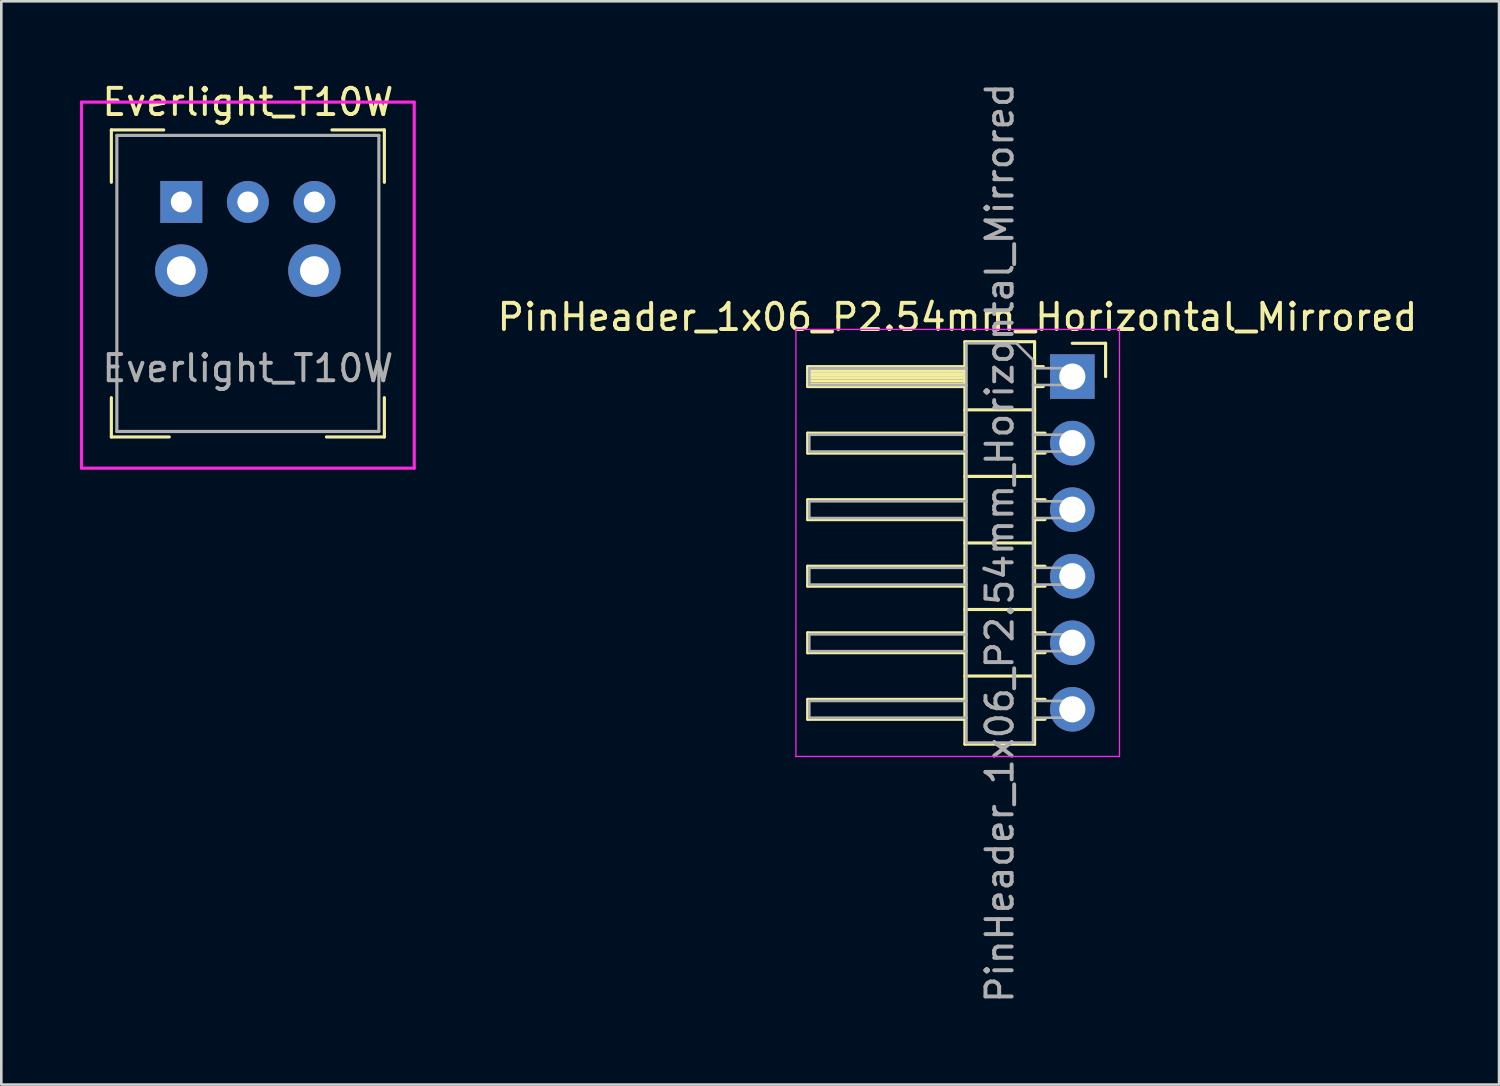
<source format=kicad_pcb>
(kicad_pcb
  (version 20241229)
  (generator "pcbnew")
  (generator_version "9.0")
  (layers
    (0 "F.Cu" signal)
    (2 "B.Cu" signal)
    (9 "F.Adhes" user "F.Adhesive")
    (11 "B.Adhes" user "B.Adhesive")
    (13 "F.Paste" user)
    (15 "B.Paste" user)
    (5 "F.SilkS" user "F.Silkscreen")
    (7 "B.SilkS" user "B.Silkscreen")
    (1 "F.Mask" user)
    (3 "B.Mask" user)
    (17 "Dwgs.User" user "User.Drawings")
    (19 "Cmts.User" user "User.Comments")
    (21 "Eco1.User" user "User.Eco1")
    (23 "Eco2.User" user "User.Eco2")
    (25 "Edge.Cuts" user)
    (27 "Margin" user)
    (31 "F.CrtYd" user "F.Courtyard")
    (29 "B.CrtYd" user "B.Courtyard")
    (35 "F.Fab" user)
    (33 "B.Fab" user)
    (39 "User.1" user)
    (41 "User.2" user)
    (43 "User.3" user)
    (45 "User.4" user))
  (footprint "Everlight_T10W"
    (layer "F.Cu")
    (at 6.41 4.658)
    (property "Reference" "Everlight_T10W" (at 0 -3.81 0) (layer "F.SilkS") (effects (font (size 1 1) (thickness 0.15))))
    (attr through_hole)
    (fp_line (start -5.21 -2.75) (end -5.21 -0.75) (stroke (width 0.12) (type solid)) (layer "F.SilkS"))
    (fp_line (start -5.21 8.97) (end -5.21 7.47) (stroke (width 0.12) (type solid)) (layer "F.SilkS"))
    (fp_line (start -5.21 8.97) (end -3 8.97) (stroke (width 0.12) (type solid)) (layer "F.SilkS"))
    (fp_line (start -3.21 -2.75) (end -5.21 -2.75) (stroke (width 0.12) (type solid)) (layer "F.SilkS"))
    (fp_line (start 3 8.97) (end 5.21 8.97) (stroke (width 0.12) (type solid)) (layer "F.SilkS"))
    (fp_line (start 3.21 -2.75) (end 5.21 -2.75) (stroke (width 0.12) (type solid)) (layer "F.SilkS"))
    (fp_line (start 5.21 -2.75) (end 5.21 -0.75) (stroke (width 0.12) (type solid)) (layer "F.SilkS"))
    (fp_line (start 5.21 8.97) (end 5.21 7.47) (stroke (width 0.12) (type solid)) (layer "F.SilkS"))
    (fp_line (start -6.35 -3.81) (end 6.35 -3.81) (stroke (width 0.12) (type solid)) (layer "F.CrtYd"))
    (fp_line (start -6.35 10.16) (end -6.35 -3.81) (stroke (width 0.12) (type solid)) (layer "F.CrtYd"))
    (fp_line (start 6.35 -3.81) (end 6.35 10.16) (stroke (width 0.12) (type solid)) (layer "F.CrtYd"))
    (fp_line (start 6.35 10.16) (end -6.35 10.16) (stroke (width 0.12) (type solid)) (layer "F.CrtYd"))
    (fp_line (start -5 8.76) (end -5 -2.54) (stroke (width 0.12) (type solid)) (layer "F.Fab"))
    (fp_line (start -5 8.76) (end 5 8.76) (stroke (width 0.12) (type solid)) (layer "F.Fab"))
    (fp_line (start 5 -2.54) (end -5 -2.54) (stroke (width 0.12) (type solid)) (layer "F.Fab"))
    (fp_line (start 5 8.76) (end 5 -2.54) (stroke (width 0.12) (type solid)) (layer "F.Fab"))
    (fp_text user "${REFERENCE}" (at 0 6.35 0) (layer "F.Fab") (effects (font (size 1 1) (thickness 0.15))))
    (pad "1" thru_hole rect (at -2.54 0) (size 1.6 1.6) (drill 0.8) (layers "*.Cu" "*.Mask"))
    (pad "2" thru_hole circle (at 0 0) (size 1.6 1.6) (drill 0.8) (layers "*.Cu" "*.Mask"))
    (pad "3" thru_hole circle (at 2.54 0) (size 1.6 1.6) (drill 0.8) (layers "*.Cu" "*.Mask"))
    (pad "4" thru_hole circle (at -2.54 2.62) (size 2 2) (drill 1.1) (layers "*.Cu" "*.Mask"))
    (pad "5" thru_hole circle (at 2.54 2.62) (size 2 2) (drill 1.1) (layers "*.Cu" "*.Mask")))
  (footprint "PinHeader_1x06_P2.54mm_Horizontal_Mirrored"
    (layer "F.Cu")
    (at 37.878 11.323)
    (property "Reference" "PinHeader_1x06_P2.54mm_Horizontal_Mirrored" (at -4.385 -2.27 0) (layer "F.SilkS") (effects (font (size 1 1) (thickness 0.15))))
    (attr through_hole)
    (fp_line (start -10.1 -0.38) (end -10.1 0.38) (stroke (width 0.12) (type solid)) (layer "F.SilkS"))
    (fp_line (start -10.1 0.38) (end -4.1 0.38) (stroke (width 0.12) (type solid)) (layer "F.SilkS"))
    (fp_line (start -10.1 2.16) (end -10.1 2.92) (stroke (width 0.12) (type solid)) (layer "F.SilkS"))
    (fp_line (start -10.1 2.92) (end -4.1 2.92) (stroke (width 0.12) (type solid)) (layer "F.SilkS"))
    (fp_line (start -10.1 4.7) (end -10.1 5.46) (stroke (width 0.12) (type solid)) (layer "F.SilkS"))
    (fp_line (start -10.1 5.46) (end -4.1 5.46) (stroke (width 0.12) (type solid)) (layer "F.SilkS"))
    (fp_line (start -10.1 7.24) (end -10.1 8) (stroke (width 0.12) (type solid)) (layer "F.SilkS"))
    (fp_line (start -10.1 8) (end -4.1 8) (stroke (width 0.12) (type solid)) (layer "F.SilkS"))
    (fp_line (start -10.1 9.78) (end -10.1 10.54) (stroke (width 0.12) (type solid)) (layer "F.SilkS"))
    (fp_line (start -10.1 10.54) (end -4.1 10.54) (stroke (width 0.12) (type solid)) (layer "F.SilkS"))
    (fp_line (start -10.1 12.32) (end -10.1 13.08) (stroke (width 0.12) (type solid)) (layer "F.SilkS"))
    (fp_line (start -10.1 13.08) (end -4.1 13.08) (stroke (width 0.12) (type solid)) (layer "F.SilkS"))
    (fp_line (start -4.1 -1.33) (end -1.44 -1.33) (stroke (width 0.12) (type solid)) (layer "F.SilkS"))
    (fp_line (start -4.1 -0.38) (end -10.1 -0.38) (stroke (width 0.12) (type solid)) (layer "F.SilkS"))
    (fp_line (start -4.1 -0.32) (end -10.1 -0.32) (stroke (width 0.12) (type solid)) (layer "F.SilkS"))
    (fp_line (start -4.1 -0.2) (end -10.1 -0.2) (stroke (width 0.12) (type solid)) (layer "F.SilkS"))
    (fp_line (start -4.1 -0.08) (end -10.1 -0.08) (stroke (width 0.12) (type solid)) (layer "F.SilkS"))
    (fp_line (start -4.1 0.04) (end -10.1 0.04) (stroke (width 0.12) (type solid)) (layer "F.SilkS"))
    (fp_line (start -4.1 0.16) (end -10.1 0.16) (stroke (width 0.12) (type solid)) (layer "F.SilkS"))
    (fp_line (start -4.1 0.28) (end -10.1 0.28) (stroke (width 0.12) (type solid)) (layer "F.SilkS"))
    (fp_line (start -4.1 2.16) (end -10.1 2.16) (stroke (width 0.12) (type solid)) (layer "F.SilkS"))
    (fp_line (start -4.1 4.7) (end -10.1 4.7) (stroke (width 0.12) (type solid)) (layer "F.SilkS"))
    (fp_line (start -4.1 7.24) (end -10.1 7.24) (stroke (width 0.12) (type solid)) (layer "F.SilkS"))
    (fp_line (start -4.1 9.78) (end -10.1 9.78) (stroke (width 0.12) (type solid)) (layer "F.SilkS"))
    (fp_line (start -4.1 12.32) (end -10.1 12.32) (stroke (width 0.12) (type solid)) (layer "F.SilkS"))
    (fp_line (start -4.1 14.03) (end -4.1 -1.33) (stroke (width 0.12) (type solid)) (layer "F.SilkS"))
    (fp_line (start -1.44 -1.33) (end -1.44 14.03) (stroke (width 0.12) (type solid)) (layer "F.SilkS"))
    (fp_line (start -1.44 1.27) (end -4.1 1.27) (stroke (width 0.12) (type solid)) (layer "F.SilkS"))
    (fp_line (start -1.44 3.81) (end -4.1 3.81) (stroke (width 0.12) (type solid)) (layer "F.SilkS"))
    (fp_line (start -1.44 6.35) (end -4.1 6.35) (stroke (width 0.12) (type solid)) (layer "F.SilkS"))
    (fp_line (start -1.44 8.89) (end -4.1 8.89) (stroke (width 0.12) (type solid)) (layer "F.SilkS"))
    (fp_line (start -1.44 11.43) (end -4.1 11.43) (stroke (width 0.12) (type solid)) (layer "F.SilkS"))
    (fp_line (start -1.44 14.03) (end -4.1 14.03) (stroke (width 0.12) (type solid)) (layer "F.SilkS"))
    (fp_line (start -1.11 -0.38) (end -1.44 -0.38) (stroke (width 0.12) (type solid)) (layer "F.SilkS"))
    (fp_line (start -1.11 0.38) (end -1.44 0.38) (stroke (width 0.12) (type solid)) (layer "F.SilkS"))
    (fp_line (start -1.043 2.16) (end -1.44 2.16) (stroke (width 0.12) (type solid)) (layer "F.SilkS"))
    (fp_line (start -1.043 2.92) (end -1.44 2.92) (stroke (width 0.12) (type solid)) (layer "F.SilkS"))
    (fp_line (start -1.043 4.7) (end -1.44 4.7) (stroke (width 0.12) (type solid)) (layer "F.SilkS"))
    (fp_line (start -1.043 5.46) (end -1.44 5.46) (stroke (width 0.12) (type solid)) (layer "F.SilkS"))
    (fp_line (start -1.043 7.24) (end -1.44 7.24) (stroke (width 0.12) (type solid)) (layer "F.SilkS"))
    (fp_line (start -1.043 8) (end -1.44 8) (stroke (width 0.12) (type solid)) (layer "F.SilkS"))
    (fp_line (start -1.043 9.78) (end -1.44 9.78) (stroke (width 0.12) (type solid)) (layer "F.SilkS"))
    (fp_line (start -1.043 10.54) (end -1.44 10.54) (stroke (width 0.12) (type solid)) (layer "F.SilkS"))
    (fp_line (start -1.043 12.32) (end -1.44 12.32) (stroke (width 0.12) (type solid)) (layer "F.SilkS"))
    (fp_line (start -1.043 13.08) (end -1.44 13.08) (stroke (width 0.12) (type solid)) (layer "F.SilkS"))
    (fp_line (start 1.27 -1.27) (end 0 -1.27) (stroke (width 0.12) (type solid)) (layer "F.SilkS"))
    (fp_line (start 1.27 0) (end 1.27 -1.27) (stroke (width 0.12) (type solid)) (layer "F.SilkS"))
    (fp_line (start -10.55 -1.8) (end 1.8 -1.8) (stroke (width 0.05) (type solid)) (layer "F.CrtYd"))
    (fp_line (start -10.55 14.5) (end -10.55 -1.8) (stroke (width 0.05) (type solid)) (layer "F.CrtYd"))
    (fp_line (start 1.8 -1.8) (end 1.8 14.5) (stroke (width 0.05) (type solid)) (layer "F.CrtYd"))
    (fp_line (start 1.8 14.5) (end -10.55 14.5) (stroke (width 0.05) (type solid)) (layer "F.CrtYd"))
    (fp_line (start -10.04 -0.32) (end -10.04 0.32) (stroke (width 0.1) (type solid)) (layer "F.Fab"))
    (fp_line (start -10.04 2.22) (end -10.04 2.86) (stroke (width 0.1) (type solid)) (layer "F.Fab"))
    (fp_line (start -10.04 4.76) (end -10.04 5.4) (stroke (width 0.1) (type solid)) (layer "F.Fab"))
    (fp_line (start -10.04 7.3) (end -10.04 7.94) (stroke (width 0.1) (type solid)) (layer "F.Fab"))
    (fp_line (start -10.04 9.84) (end -10.04 10.48) (stroke (width 0.1) (type solid)) (layer "F.Fab"))
    (fp_line (start -10.04 12.38) (end -10.04 13.02) (stroke (width 0.1) (type solid)) (layer "F.Fab"))
    (fp_line (start -4.04 -1.27) (end -4.04 13.97) (stroke (width 0.1) (type solid)) (layer "F.Fab"))
    (fp_line (start -4.04 -0.32) (end -10.04 -0.32) (stroke (width 0.1) (type solid)) (layer "F.Fab"))
    (fp_line (start -4.04 0.32) (end -10.04 0.32) (stroke (width 0.1) (type solid)) (layer "F.Fab"))
    (fp_line (start -4.04 2.22) (end -10.04 2.22) (stroke (width 0.1) (type solid)) (layer "F.Fab"))
    (fp_line (start -4.04 2.86) (end -10.04 2.86) (stroke (width 0.1) (type solid)) (layer "F.Fab"))
    (fp_line (start -4.04 4.76) (end -10.04 4.76) (stroke (width 0.1) (type solid)) (layer "F.Fab"))
    (fp_line (start -4.04 5.4) (end -10.04 5.4) (stroke (width 0.1) (type solid)) (layer "F.Fab"))
    (fp_line (start -4.04 7.3) (end -10.04 7.3) (stroke (width 0.1) (type solid)) (layer "F.Fab"))
    (fp_line (start -4.04 7.94) (end -10.04 7.94) (stroke (width 0.1) (type solid)) (layer "F.Fab"))
    (fp_line (start -4.04 9.84) (end -10.04 9.84) (stroke (width 0.1) (type solid)) (layer "F.Fab"))
    (fp_line (start -4.04 10.48) (end -10.04 10.48) (stroke (width 0.1) (type solid)) (layer "F.Fab"))
    (fp_line (start -4.04 12.38) (end -10.04 12.38) (stroke (width 0.1) (type solid)) (layer "F.Fab"))
    (fp_line (start -4.04 13.02) (end -10.04 13.02) (stroke (width 0.1) (type solid)) (layer "F.Fab"))
    (fp_line (start -4.04 13.97) (end -1.5 13.97) (stroke (width 0.1) (type solid)) (layer "F.Fab"))
    (fp_line (start -2.135 -1.27) (end -4.04 -1.27) (stroke (width 0.1) (type solid)) (layer "F.Fab"))
    (fp_line (start -1.5 -0.635) (end -2.135 -1.27) (stroke (width 0.1) (type solid)) (layer "F.Fab"))
    (fp_line (start -1.5 13.97) (end -1.5 -0.635) (stroke (width 0.1) (type solid)) (layer "F.Fab"))
    (fp_line (start 0.32 -0.32) (end -1.5 -0.32) (stroke (width 0.1) (type solid)) (layer "F.Fab"))
    (fp_line (start 0.32 -0.32) (end 0.32 0.32) (stroke (width 0.1) (type solid)) (layer "F.Fab"))
    (fp_line (start 0.32 0.32) (end -1.5 0.32) (stroke (width 0.1) (type solid)) (layer "F.Fab"))
    (fp_line (start 0.32 2.22) (end -1.5 2.22) (stroke (width 0.1) (type solid)) (layer "F.Fab"))
    (fp_line (start 0.32 2.22) (end 0.32 2.86) (stroke (width 0.1) (type solid)) (layer "F.Fab"))
    (fp_line (start 0.32 2.86) (end -1.5 2.86) (stroke (width 0.1) (type solid)) (layer "F.Fab"))
    (fp_line (start 0.32 4.76) (end -1.5 4.76) (stroke (width 0.1) (type solid)) (layer "F.Fab"))
    (fp_line (start 0.32 4.76) (end 0.32 5.4) (stroke (width 0.1) (type solid)) (layer "F.Fab"))
    (fp_line (start 0.32 5.4) (end -1.5 5.4) (stroke (width 0.1) (type solid)) (layer "F.Fab"))
    (fp_line (start 0.32 7.3) (end -1.5 7.3) (stroke (width 0.1) (type solid)) (layer "F.Fab"))
    (fp_line (start 0.32 7.3) (end 0.32 7.94) (stroke (width 0.1) (type solid)) (layer "F.Fab"))
    (fp_line (start 0.32 7.94) (end -1.5 7.94) (stroke (width 0.1) (type solid)) (layer "F.Fab"))
    (fp_line (start 0.32 9.84) (end -1.5 9.84) (stroke (width 0.1) (type solid)) (layer "F.Fab"))
    (fp_line (start 0.32 9.84) (end 0.32 10.48) (stroke (width 0.1) (type solid)) (layer "F.Fab"))
    (fp_line (start 0.32 10.48) (end -1.5 10.48) (stroke (width 0.1) (type solid)) (layer "F.Fab"))
    (fp_line (start 0.32 12.38) (end -1.5 12.38) (stroke (width 0.1) (type solid)) (layer "F.Fab"))
    (fp_line (start 0.32 12.38) (end 0.32 13.02) (stroke (width 0.1) (type solid)) (layer "F.Fab"))
    (fp_line (start 0.32 13.02) (end -1.5 13.02) (stroke (width 0.1) (type solid)) (layer "F.Fab"))
    (fp_text user "${REFERENCE}" (at -2.77 6.35 90) (layer "F.Fab") (effects (font (size 1 1) (thickness 0.15))))
    (pad "1" thru_hole rect (at 0 0) (size 1.7 1.7) (drill 1) (layers "*.Cu" "*.Mask"))
    (pad "2" thru_hole oval (at 0 2.54) (size 1.7 1.7) (drill 1) (layers "*.Cu" "*.Mask"))
    (pad "3" thru_hole oval (at 0 5.08) (size 1.7 1.7) (drill 1) (layers "*.Cu" "*.Mask"))
    (pad "4" thru_hole oval (at 0 7.62) (size 1.7 1.7) (drill 1) (layers "*.Cu" "*.Mask"))
    (pad "5" thru_hole oval (at 0 10.16) (size 1.7 1.7) (drill 1) (layers "*.Cu" "*.Mask"))
    (pad "6" thru_hole oval (at 0 12.7) (size 1.7 1.7) (drill 1) (layers "*.Cu" "*.Mask")))
  (gr_rect
    (start -3 -3)
    (end 54.165 38.345)
    (stroke (width 0.1) (type default))
    (fill no)
    (layer "Edge.Cuts")))
</source>
